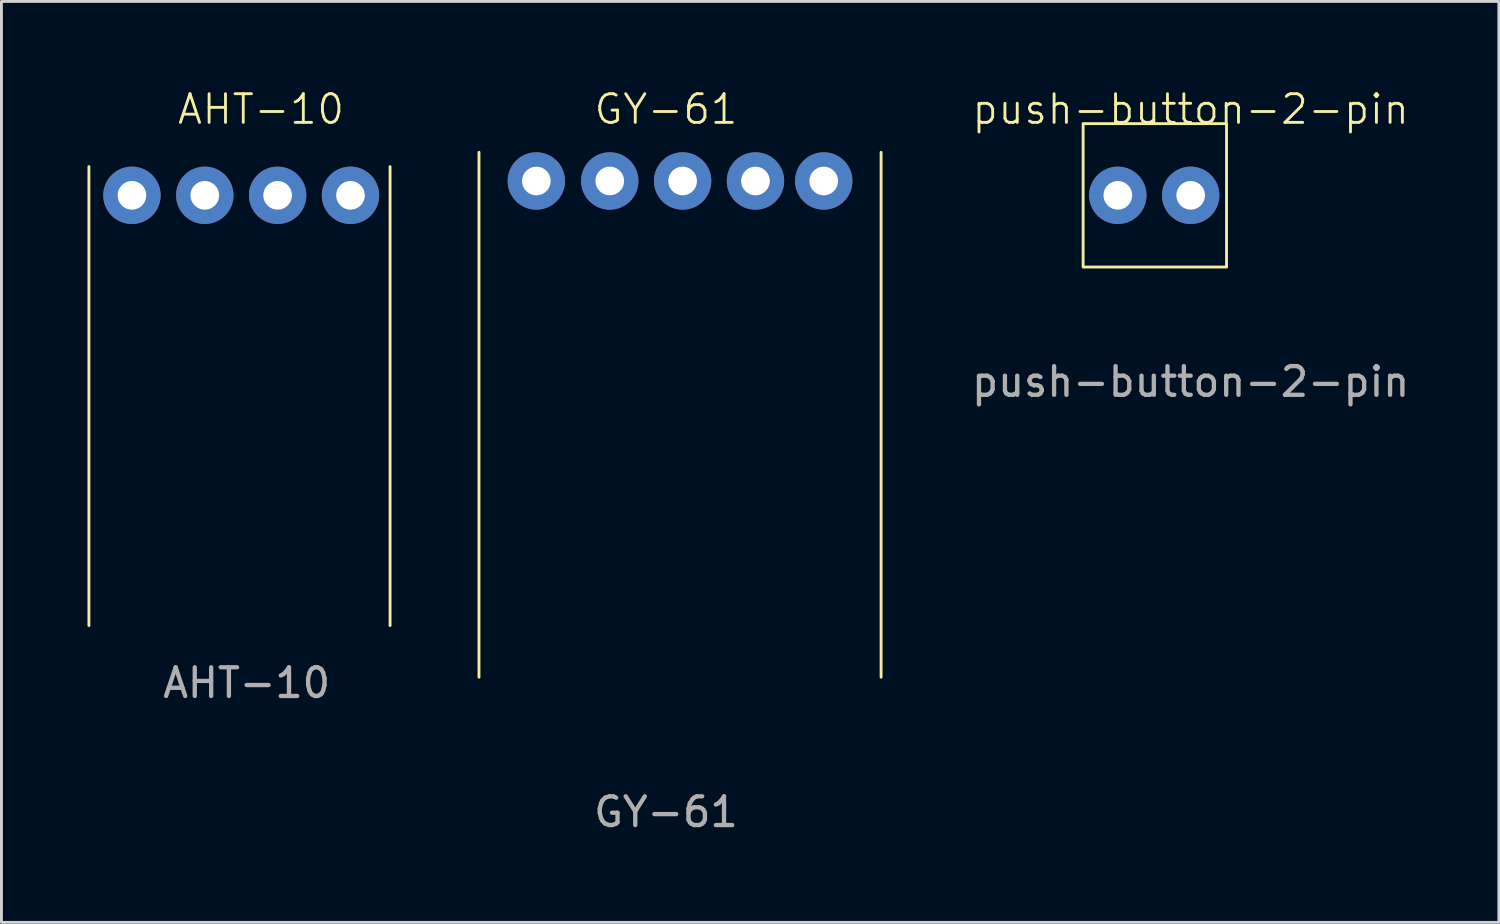
<source format=kicad_pcb>
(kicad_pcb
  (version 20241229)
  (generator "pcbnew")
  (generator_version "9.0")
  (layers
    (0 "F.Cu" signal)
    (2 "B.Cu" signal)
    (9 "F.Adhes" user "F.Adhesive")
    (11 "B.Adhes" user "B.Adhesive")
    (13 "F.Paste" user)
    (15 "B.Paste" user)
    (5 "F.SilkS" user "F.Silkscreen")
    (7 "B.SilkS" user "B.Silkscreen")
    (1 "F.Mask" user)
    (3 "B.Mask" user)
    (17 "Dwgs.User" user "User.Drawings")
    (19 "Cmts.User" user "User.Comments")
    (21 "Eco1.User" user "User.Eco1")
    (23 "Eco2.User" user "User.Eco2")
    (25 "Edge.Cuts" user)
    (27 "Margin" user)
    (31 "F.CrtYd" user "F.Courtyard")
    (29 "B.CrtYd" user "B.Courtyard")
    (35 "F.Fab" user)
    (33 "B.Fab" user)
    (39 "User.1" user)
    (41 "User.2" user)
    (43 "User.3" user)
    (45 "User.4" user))
  (footprint "GY-61"
    (layer "F.Cu")
    (at 20.17 1.26)
    (property "Reference" "GY-61" (at 0 -0.5 0) (unlocked yes) (layer "F.SilkS") (effects (font (size 1 1) (thickness 0.1))))
    (attr smd)
    (fp_line (start -6.52 1) (end -6.52 19.3) (stroke (width 0.1) (type solid)) (layer "F.SilkS"))
    (fp_line (start 7.5 1) (end 7.5 19.3) (stroke (width 0.1) (type solid)) (layer "F.SilkS"))
    (fp_text user "${REFERENCE}" (at 0 24 0) (unlocked yes) (layer "F.Fab") (effects (font (size 1 1) (thickness 0.15))))
    (pad "1" thru_hole circle (at -4.52 2) (size 2 2) (drill 1) (layers "*.Cu" "*.Mask"))
    (pad "2" thru_hole circle (at -1.96 2 1) (size 2 2) (drill 1) (layers "*.Cu" "*.Mask"))
    (pad "3" thru_hole circle (at 0.58 2) (size 2 2) (drill 1) (layers "*.Cu" "*.Mask"))
    (pad "4" thru_hole circle (at 3.12 2) (size 2 2) (drill 1) (layers "*.Cu" "*.Mask"))
    (pad "5" thru_hole circle (at 5.5 2) (size 2 2) (drill 1) (layers "*.Cu" "*.Mask")))
  (footprint "AHT-10"
    (layer "F.Cu")
    (at 6.05 2.76)
    (property "Reference" "AHT-10" (at 0 -2 0) (unlocked yes) (layer "F.SilkS") (effects (font (size 1 1) (thickness 0.1))))
    (attr smd)
    (fp_line (start -6 0) (end -6 16) (stroke (width 0.1) (type default)) (layer "F.SilkS"))
    (fp_line (start 4.5 0) (end 4.5 16) (stroke (width 0.1) (type default)) (layer "F.SilkS"))
    (fp_text user "${REFERENCE}" (at -0.5 18 0) (unlocked yes) (layer "F.Fab") (effects (font (size 1 1) (thickness 0.15))))
    (pad "1" thru_hole circle (at -4.5 1) (size 2 2) (drill 1) (layers "*.Cu" "*.Mask"))
    (pad "2" thru_hole circle (at -1.96 1) (size 2 2) (drill 1) (layers "*.Cu" "*.Mask"))
    (pad "3" thru_hole circle (at 0.58 1) (size 2 2) (drill 1) (layers "*.Cu" "*.Mask"))
    (pad "4" thru_hole circle (at 3.12 1) (size 2 2) (drill 1) (layers "*.Cu" "*.Mask")))
  (footprint "push-button-2-pin"
    (layer "F.Cu")
    (at 38.464 3.76)
    (property "Reference" "push-button-2-pin" (at 0 -3 0) (unlocked yes) (layer "F.SilkS") (effects (font (size 1 1) (thickness 0.1))))
    (attr through_hole)
    (fp_rect (start -3.75 -2.5) (end 1.25 2.5) (stroke (width 0.1) (type solid)) (fill no) (layer "F.SilkS"))
    (fp_text user "${REFERENCE}" (at 0 6.5 0) (unlocked yes) (layer "F.Fab") (effects (font (size 1 1) (thickness 0.15))))
    (pad "1" thru_hole circle (at -2.54 0) (size 2 2) (drill 1) (layers "*.Cu" "*.Mask"))
    (pad "2" thru_hole circle (at 0 0) (size 2 2) (drill 1) (layers "*.Cu" "*.Mask")))
  (gr_rect
    (start -3 -3)
    (end 49.208 29.109)
    (stroke (width 0.1) (type default))
    (fill no)
    (layer "Edge.Cuts")))
</source>
